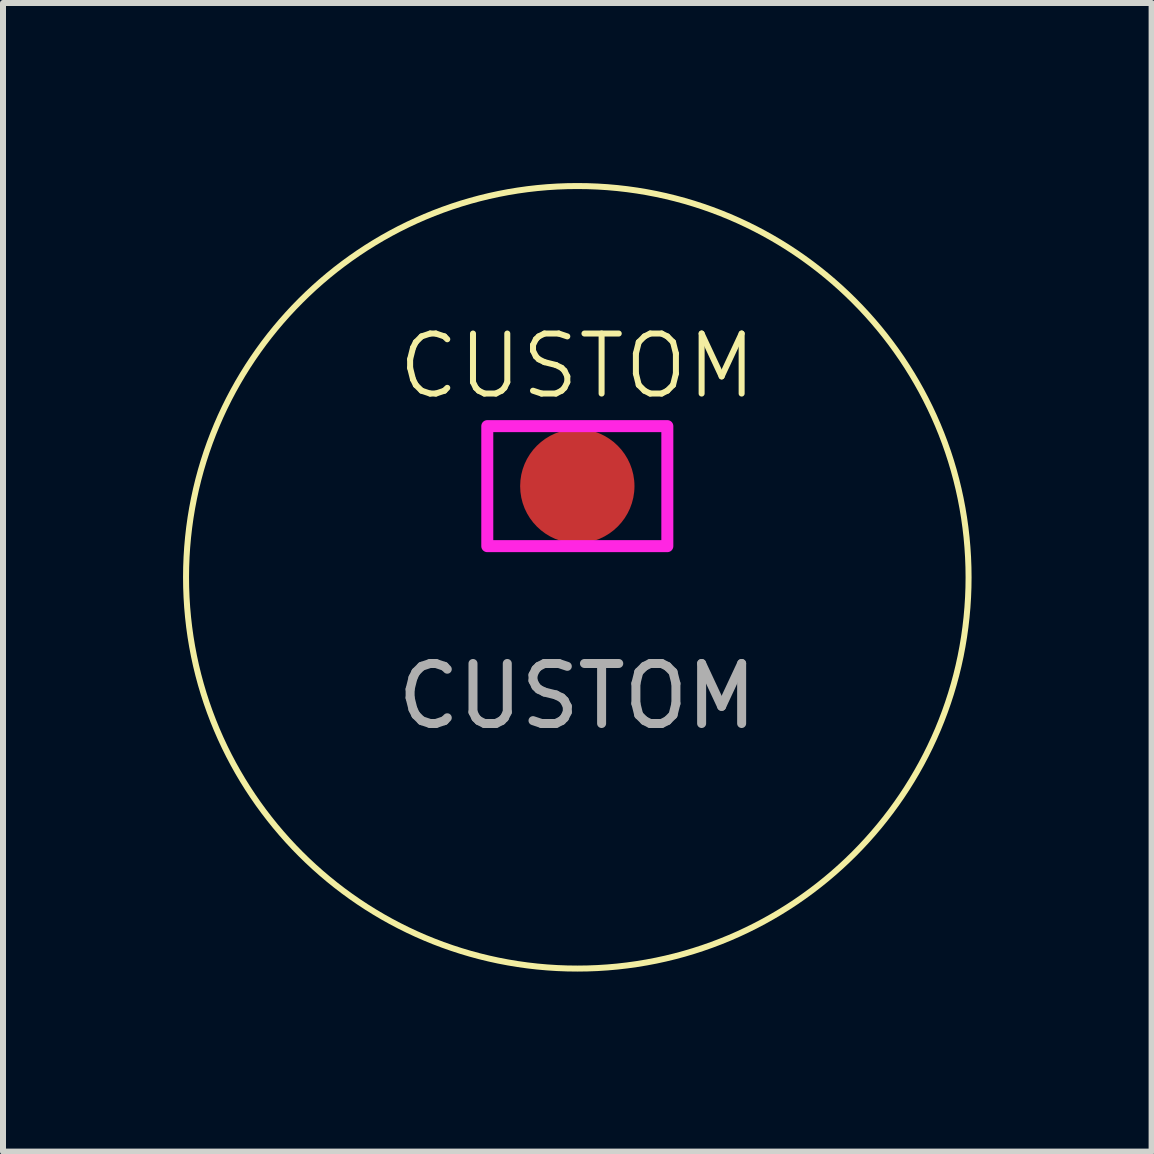
<source format=kicad_pcb>
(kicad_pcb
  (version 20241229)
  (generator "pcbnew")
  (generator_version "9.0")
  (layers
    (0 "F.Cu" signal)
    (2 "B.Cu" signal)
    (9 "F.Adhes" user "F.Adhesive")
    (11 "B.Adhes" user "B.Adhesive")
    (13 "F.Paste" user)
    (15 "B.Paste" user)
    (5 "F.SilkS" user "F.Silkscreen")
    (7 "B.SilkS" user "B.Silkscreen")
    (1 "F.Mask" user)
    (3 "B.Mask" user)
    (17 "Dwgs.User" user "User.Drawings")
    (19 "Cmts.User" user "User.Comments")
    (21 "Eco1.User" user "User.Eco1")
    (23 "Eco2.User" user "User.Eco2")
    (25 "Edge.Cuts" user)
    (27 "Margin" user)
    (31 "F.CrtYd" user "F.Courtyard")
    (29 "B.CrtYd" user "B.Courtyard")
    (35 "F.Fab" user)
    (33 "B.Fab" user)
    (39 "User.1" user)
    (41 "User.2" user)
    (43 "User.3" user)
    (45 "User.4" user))
  (footprint "CUSTOM"
    (layer "F.Cu")
    (at 6.569 5.05)
    (property "Reference" "CUSTOM" (at 0 -2 0) (unlocked yes) (layer "F.SilkS") (effects (font (size 1 1) (thickness 0.1))))
    (attr smd)
    (fp_circle (center 0 1.519) (end 0.5 8.019) (stroke (width 0.1) (type default)) (fill no) (layer "F.SilkS"))
    (fp_rect (start -1.5 -1) (end 1.5 1) (stroke (width 0.2) (type solid)) (fill no) (layer "F.CrtYd"))
    (fp_text user "${REFERENCE}" (at 0 3.5 0) (unlocked yes) (layer "F.Fab") (effects (font (size 1 1) (thickness 0.15))))
    (pad "1" smd circle (at 0 0) (size 1.905 1.905) (layers "F.Cu" "F.Mask" "F.Paste")))
  (gr_rect
    (start -3 -3)
    (end 16.138 16.138)
    (stroke (width 0.1) (type default))
    (fill no)
    (layer "Edge.Cuts")))
</source>
